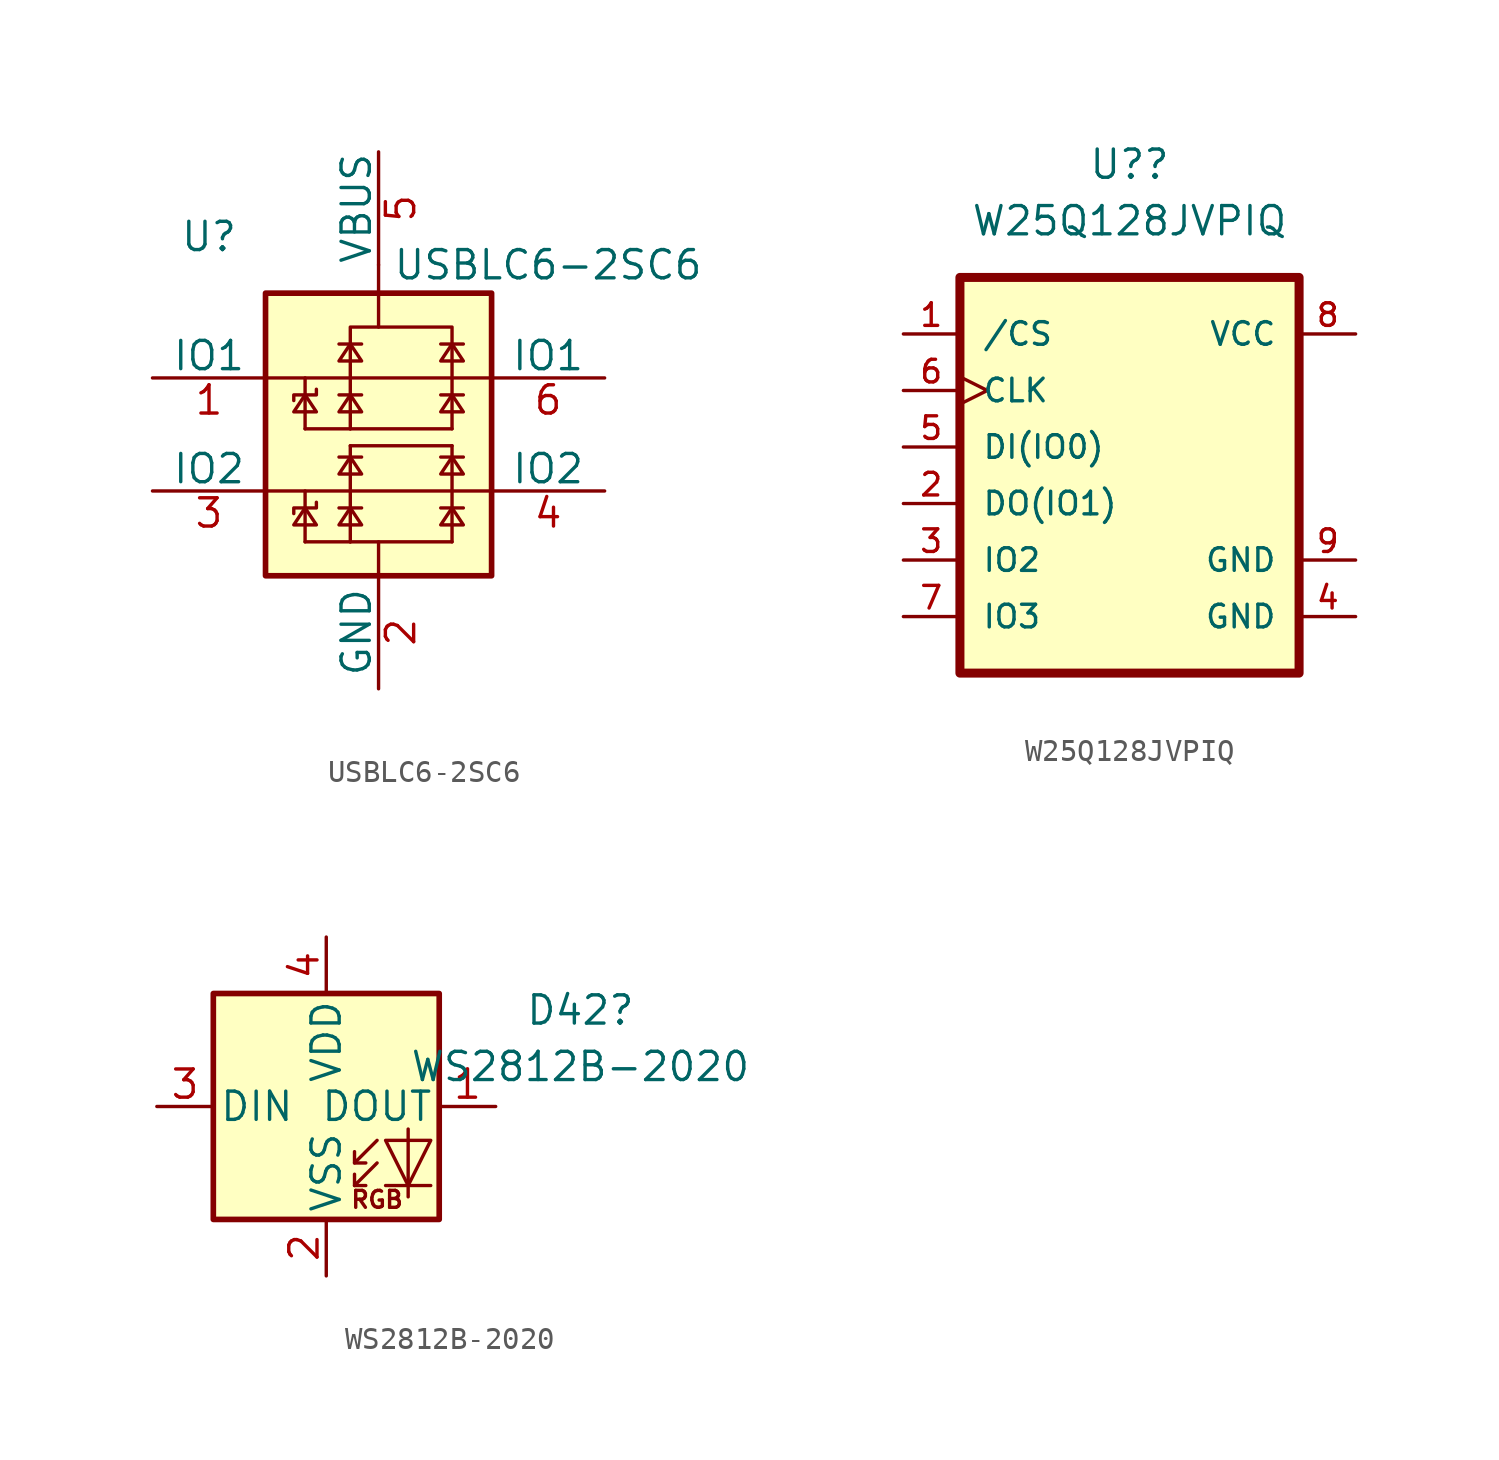
<source format=kicad_sym>
(kicad_symbol_lib
  (version 20211014)
  (generator kicad_symbol_editor)
  (symbol "USBLC6-2SC6"
    (pin_names
      (offset 0))
    (property "Reference" "U"
      (at -7.62 8.89 0)
      (effects (font (size 1.27 1.27))))
    (property "Value" "USBLC6-2SC6"
      (at 7.62 7.62 0)
      (effects (font (size 1.27 1.27))))
    (symbol "USBLC6-2SC6_0_1"
      (rectangle (start -5.08 -6.35) (end 5.08 6.35) (stroke (width 0.254) (type default) (color 0 0 0 0)) (fill (type background)))
      (polyline (pts (xy -5.08 -2.54) (xy 5.08 -2.54)) (stroke (width 0) (type default) (color 0 0 0 0)) (fill (type none)))
      (polyline (pts (xy 5.08 2.54) (xy -5.08 2.54)) (stroke (width 0) (type default) (color 0 0 0 0)) (fill (type none))))
    (symbol "USBLC6-2SC6_1_1"
      (polyline (pts (xy 0 4.826) (xy 0 7.62)) (stroke (width 0) (type default) (color 0 0 0 0)) (fill (type none)))
      (polyline (pts (xy -3.302 -4.826) (xy -1.27 -4.826) (xy -1.27 -4.826)) (stroke (width 0) (type default) (color 0 0 0 0)) (fill (type none)))
      (polyline (pts (xy -3.302 -3.302) (xy -3.302 -2.54) (xy -3.302 -2.54)) (stroke (width 0) (type default) (color 0 0 0 0)) (fill (type none)))
      (polyline (pts (xy -3.302 0.254) (xy -3.302 1.778) (xy -3.302 1.016)) (stroke (width 0) (type default) (color 0 0 0 0)) (fill (type none)))
      (polyline (pts (xy -3.302 0.254) (xy -1.27 0.254) (xy -1.27 0.254)) (stroke (width 0) (type default) (color 0 0 0 0)) (fill (type none)))
      (polyline (pts (xy -3.302 1.778) (xy -3.302 2.54) (xy -3.302 2.54)) (stroke (width 0) (type default) (color 0 0 0 0)) (fill (type none)))
      (polyline (pts (xy -1.778 -3.302) (xy -1.27 -3.302) (xy -0.762 -3.302)) (stroke (width 0) (type default) (color 0 0 0 0)) (fill (type none)))
      (polyline (pts (xy -1.778 -1.016) (xy -1.27 -1.016) (xy -0.762 -1.016)) (stroke (width 0) (type default) (color 0 0 0 0)) (fill (type none)))
      (polyline (pts (xy -1.778 1.778) (xy -1.27 1.778) (xy -0.762 1.778)) (stroke (width 0) (type default) (color 0 0 0 0)) (fill (type none)))
      (polyline (pts (xy -1.778 4.064) (xy -1.27 4.064) (xy -0.762 4.064)) (stroke (width 0) (type default) (color 0 0 0 0)) (fill (type none)))
      (polyline (pts (xy -1.27 -4.826) (xy -1.27 -3.302) (xy -1.27 -4.064)) (stroke (width 0) (type default) (color 0 0 0 0)) (fill (type none)))
      (polyline (pts (xy -1.27 -4.826) (xy 3.302 -4.826) (xy 3.302 -4.826)) (stroke (width 0) (type default) (color 0 0 0 0)) (fill (type none)))
      (polyline (pts (xy -1.27 -1.016) (xy -1.27 -0.508) (xy -1.27 -0.508)) (stroke (width 0) (type default) (color 0 0 0 0)) (fill (type none)))
      (polyline (pts (xy -1.27 -0.508) (xy 3.302 -0.508) (xy 3.302 -0.508)) (stroke (width 0) (type default) (color 0 0 0 0)) (fill (type none)))
      (polyline (pts (xy -1.27 0.254) (xy -1.27 1.778) (xy -1.27 1.016)) (stroke (width 0) (type default) (color 0 0 0 0)) (fill (type none)))
      (polyline (pts (xy -1.27 0.254) (xy 3.302 0.254) (xy 3.302 0.254)) (stroke (width 0) (type default) (color 0 0 0 0)) (fill (type none)))
      (polyline (pts (xy 0 -6.35) (xy 0 -4.826) (xy 0 -4.826)) (stroke (width 0) (type default) (color 0 0 0 0)) (fill (type none)))
      (polyline (pts (xy 2.794 -3.302) (xy 3.302 -3.302) (xy 3.81 -3.302)) (stroke (width 0) (type default) (color 0 0 0 0)) (fill (type none)))
      (polyline (pts (xy 2.794 -1.016) (xy 3.302 -1.016) (xy 3.81 -1.016)) (stroke (width 0) (type default) (color 0 0 0 0)) (fill (type none)))
      (polyline (pts (xy 2.794 1.778) (xy 3.302 1.778) (xy 3.81 1.778)) (stroke (width 0) (type default) (color 0 0 0 0)) (fill (type none)))
      (polyline (pts (xy 2.794 4.064) (xy 3.302 4.064) (xy 3.81 4.064)) (stroke (width 0) (type default) (color 0 0 0 0)) (fill (type none)))
      (polyline (pts (xy 3.302 -1.016) (xy 3.302 -0.508) (xy 3.302 -0.508)) (stroke (width 0) (type default) (color 0 0 0 0)) (fill (type none)))
      (polyline (pts (xy -3.302 -4.826) (xy -3.302 -3.302) (xy -3.302 -4.064) (xy -3.302 -4.064)) (stroke (width 0) (type default) (color 0 0 0 0)) (fill (type none)))
      (polyline (pts (xy 3.302 -4.826) (xy 3.302 -3.302) (xy 3.302 -4.064) (xy 3.302 -4.064)) (stroke (width 0) (type default) (color 0 0 0 0)) (fill (type none)))
      (polyline (pts (xy 3.302 0.254) (xy 3.302 1.778) (xy 3.302 1.016) (xy 3.302 1.016)) (stroke (width 0) (type default) (color 0 0 0 0)) (fill (type none)))
      (polyline (pts (xy -3.302 -3.302) (xy -3.81 -4.064) (xy -2.794 -4.064) (xy -3.302 -3.302) (xy -3.302 -3.302)) (stroke (width 0) (type default) (color 0 0 0 0)) (fill (type none)))
      (polyline (pts (xy -3.302 1.778) (xy -3.81 1.016) (xy -2.794 1.016) (xy -3.302 1.778) (xy -3.302 1.778)) (stroke (width 0) (type default) (color 0 0 0 0)) (fill (type none)))
      (polyline (pts (xy -2.794 -3.048) (xy -2.794 -3.302) (xy -3.81 -3.302) (xy -3.81 -3.556) (xy -3.81 -3.556)) (stroke (width 0) (type default) (color 0 0 0 0)) (fill (type none)))
      (polyline (pts (xy -2.794 2.032) (xy -2.794 1.778) (xy -3.81 1.778) (xy -3.81 1.524) (xy -3.81 1.524)) (stroke (width 0) (type default) (color 0 0 0 0)) (fill (type none)))
      (polyline (pts (xy -1.27 -3.302) (xy -1.778 -4.064) (xy -0.762 -4.064) (xy -1.27 -3.302) (xy -1.27 -3.302)) (stroke (width 0) (type default) (color 0 0 0 0)) (fill (type none)))
      (polyline (pts (xy -1.27 -3.302) (xy -1.27 -1.016) (xy -1.27 -1.778) (xy -1.27 -1.778) (xy -1.27 -1.778)) (stroke (width 0) (type default) (color 0 0 0 0)) (fill (type none)))
      (polyline (pts (xy -1.27 -1.016) (xy -1.778 -1.778) (xy -0.762 -1.778) (xy -1.27 -1.016) (xy -1.27 -1.016)) (stroke (width 0) (type default) (color 0 0 0 0)) (fill (type none)))
      (polyline (pts (xy -1.27 1.778) (xy -1.778 1.016) (xy -0.762 1.016) (xy -1.27 1.778) (xy -1.27 1.778)) (stroke (width 0) (type default) (color 0 0 0 0)) (fill (type none)))
      (polyline (pts (xy -1.27 1.778) (xy -1.27 4.064) (xy -1.27 3.302) (xy -1.27 3.302) (xy -1.27 3.302)) (stroke (width 0) (type default) (color 0 0 0 0)) (fill (type none)))
      (polyline (pts (xy -1.27 4.064) (xy -1.778 3.302) (xy -0.762 3.302) (xy -1.27 4.064) (xy -1.27 4.064)) (stroke (width 0) (type default) (color 0 0 0 0)) (fill (type none)))
      (polyline (pts (xy -1.27 4.064) (xy -1.27 4.826) (xy 3.302 4.826) (xy 3.302 4.064) (xy 3.302 4.064)) (stroke (width 0) (type default) (color 0 0 0 0)) (fill (type none)))
      (polyline (pts (xy 3.302 -3.302) (xy 2.794 -4.064) (xy 3.81 -4.064) (xy 3.302 -3.302) (xy 3.302 -3.302)) (stroke (width 0) (type default) (color 0 0 0 0)) (fill (type none)))
      (polyline (pts (xy 3.302 -3.302) (xy 3.302 -1.016) (xy 3.302 -1.778) (xy 3.302 -1.778) (xy 3.302 -1.778)) (stroke (width 0) (type default) (color 0 0 0 0)) (fill (type none)))
      (polyline (pts (xy 3.302 -1.016) (xy 2.794 -1.778) (xy 3.81 -1.778) (xy 3.302 -1.016) (xy 3.302 -1.016)) (stroke (width 0) (type default) (color 0 0 0 0)) (fill (type none)))
      (polyline (pts (xy 3.302 1.778) (xy 2.794 1.016) (xy 3.81 1.016) (xy 3.302 1.778) (xy 3.302 1.778)) (stroke (width 0) (type default) (color 0 0 0 0)) (fill (type none)))
      (polyline (pts (xy 3.302 1.778) (xy 3.302 4.064) (xy 3.302 3.302) (xy 3.302 3.302) (xy 3.302 3.302)) (stroke (width 0) (type default) (color 0 0 0 0)) (fill (type none)))
      (polyline (pts (xy 3.302 4.064) (xy 2.794 3.302) (xy 3.81 3.302) (xy 3.302 4.064) (xy 3.302 4.064)) (stroke (width 0) (type default) (color 0 0 0 0)) (fill (type none)))
      (pin passive line (at -10.16 2.54 0) (length 5.08) (name "IO1" (effects (font (size 1.27 1.27)))) (number "1" (effects (font (size 1.27 1.27)))))
      (pin passive line (at 0 -11.43 90) (length 5.08) (name "GND" (effects (font (size 1.27 1.27)))) (number "2" (effects (font (size 1.27 1.27)))))
      (pin passive line (at -10.16 -2.54 0) (length 5.08) (name "IO2" (effects (font (size 1.27 1.27)))) (number "3" (effects (font (size 1.27 1.27)))))
      (pin passive line (at 10.16 -2.54 180) (length 5.08) (name "IO2" (effects (font (size 1.27 1.27)))) (number "4" (effects (font (size 1.27 1.27)))))
      (pin passive line (at 0 12.7 270) (length 5.08) (name "VBUS" (effects (font (size 1.27 1.27)))) (number "5" (effects (font (size 1.27 1.27)))))
      (pin passive line (at 10.16 2.54 180) (length 5.08) (name "IO1" (effects (font (size 1.27 1.27)))) (number "6" (effects (font (size 1.27 1.27)))))))
  (symbol "W25Q128JVPIQ"
    (pin_names
      (offset 1.016))
    (property "Reference" "U?"
      (at 0 13.97 0)
      (effects (font (size 1.27 1.27))))
    (property "Value" "W25Q128JVPIQ"
      (at 0 11.43 0)
      (effects (font (size 1.27 1.27))))
    (symbol "W25Q128JVPIQ_0_0"
      (rectangle (start -7.62 8.89) (end 7.62 -8.89) (stroke (width 0.406) (type default) (color 0 0 0 0)) (fill (type background)))
      (pin input line (at -10.16 6.35 0) (length 2.5) (name "/CS" (effects (font (size 1.016 1.016)))) (number "1" (effects (font (size 1.016 1.016)))))
      (pin bidirectional line (at -10.16 -1.27 0) (length 2.5) (name "DO(IO1)" (effects (font (size 1.016 1.016)))) (number "2" (effects (font (size 1.016 1.016)))))
      (pin bidirectional line (at -10.16 -3.81 0) (length 2.5) (name "IO2" (effects (font (size 1.016 1.016)))) (number "3" (effects (font (size 1.016 1.016)))))
      (pin power_in line (at 10.16 -6.35 180) (length 2.5) (name "GND" (effects (font (size 1.016 1.016)))) (number "4" (effects (font (size 1.016 1.016)))))
      (pin bidirectional line (at -10.16 1.27 0) (length 2.5) (name "DI(IO0)" (effects (font (size 1.016 1.016)))) (number "5" (effects (font (size 1.016 1.016)))))
      (pin bidirectional clock (at -10.16 3.81 0) (length 2.5) (name "CLK" (effects (font (size 1.016 1.016)))) (number "6" (effects (font (size 1.016 1.016)))))
      (pin bidirectional line (at -10.16 -6.35 0) (length 2.5) (name "IO3" (effects (font (size 1.016 1.016)))) (number "7" (effects (font (size 1.016 1.016)))))
      (pin power_in line (at 10.16 6.35 180) (length 2.5) (name "VCC" (effects (font (size 1.016 1.016)))) (number "8" (effects (font (size 1.016 1.016)))))
      (pin power_in line (at 10.16 -3.81 180) (length 2.5) (name "GND" (effects (font (size 1.016 1.016)))) (number "9" (effects (font (size 1.016 1.016)))))))
  (symbol "WS2812B-2020"
    (pin_names
      (offset 0.254))
    (property "Reference" "D42"
      (at 11.43 4.331 0)
      (effects (font (size 1.27 1.27))))
    (property "Value" "WS2812B-2020"
      (at 11.43 1.791 0)
      (effects (font (size 1.27 1.27))))
    (symbol "WS2812B-2020_0_0"
      (text "RGB" (at 2.286 -4.191 0) (effects (font (size 0.762 0.762)))))
    (symbol "WS2812B-2020_0_1"
      (polyline (pts (xy 1.27 -3.556) (xy 1.778 -3.556)) (stroke (width 0) (type default) (color 0 0 0 0)) (fill (type none)))
      (polyline (pts (xy 1.27 -2.54) (xy 1.778 -2.54)) (stroke (width 0) (type default) (color 0 0 0 0)) (fill (type none)))
      (polyline (pts (xy 4.699 -3.556) (xy 2.667 -3.556)) (stroke (width 0) (type default) (color 0 0 0 0)) (fill (type none)))
      (polyline (pts (xy 2.286 -2.54) (xy 1.27 -3.556) (xy 1.27 -3.048)) (stroke (width 0) (type default) (color 0 0 0 0)) (fill (type none)))
      (polyline (pts (xy 2.286 -1.524) (xy 1.27 -2.54) (xy 1.27 -2.032)) (stroke (width 0) (type default) (color 0 0 0 0)) (fill (type none)))
      (polyline (pts (xy 3.683 -1.016) (xy 3.683 -3.556) (xy 3.683 -4.064)) (stroke (width 0) (type default) (color 0 0 0 0)) (fill (type none)))
      (polyline (pts (xy 4.699 -1.524) (xy 2.667 -1.524) (xy 3.683 -3.556) (xy 4.699 -1.524)) (stroke (width 0) (type default) (color 0 0 0 0)) (fill (type none)))
      (rectangle (start 5.08 5.08) (end -5.08 -5.08) (stroke (width 0.254) (type default) (color 0 0 0 0)) (fill (type background))))
    (symbol "WS2812B-2020_1_1"
      (pin output line (at 7.62 0 180) (length 2.54) (name "DOUT" (effects (font (size 1.27 1.27)))) (number "1" (effects (font (size 1.27 1.27)))))
      (pin power_in line (at 0 -7.62 90) (length 2.54) (name "VSS" (effects (font (size 1.27 1.27)))) (number "2" (effects (font (size 1.27 1.27)))))
      (pin input line (at -7.62 0 0) (length 2.54) (name "DIN" (effects (font (size 1.27 1.27)))) (number "3" (effects (font (size 1.27 1.27)))))
      (pin power_in line (at 0 7.62 270) (length 2.54) (name "VDD" (effects (font (size 1.27 1.27)))) (number "4" (effects (font (size 1.27 1.27))))))))
</source>
